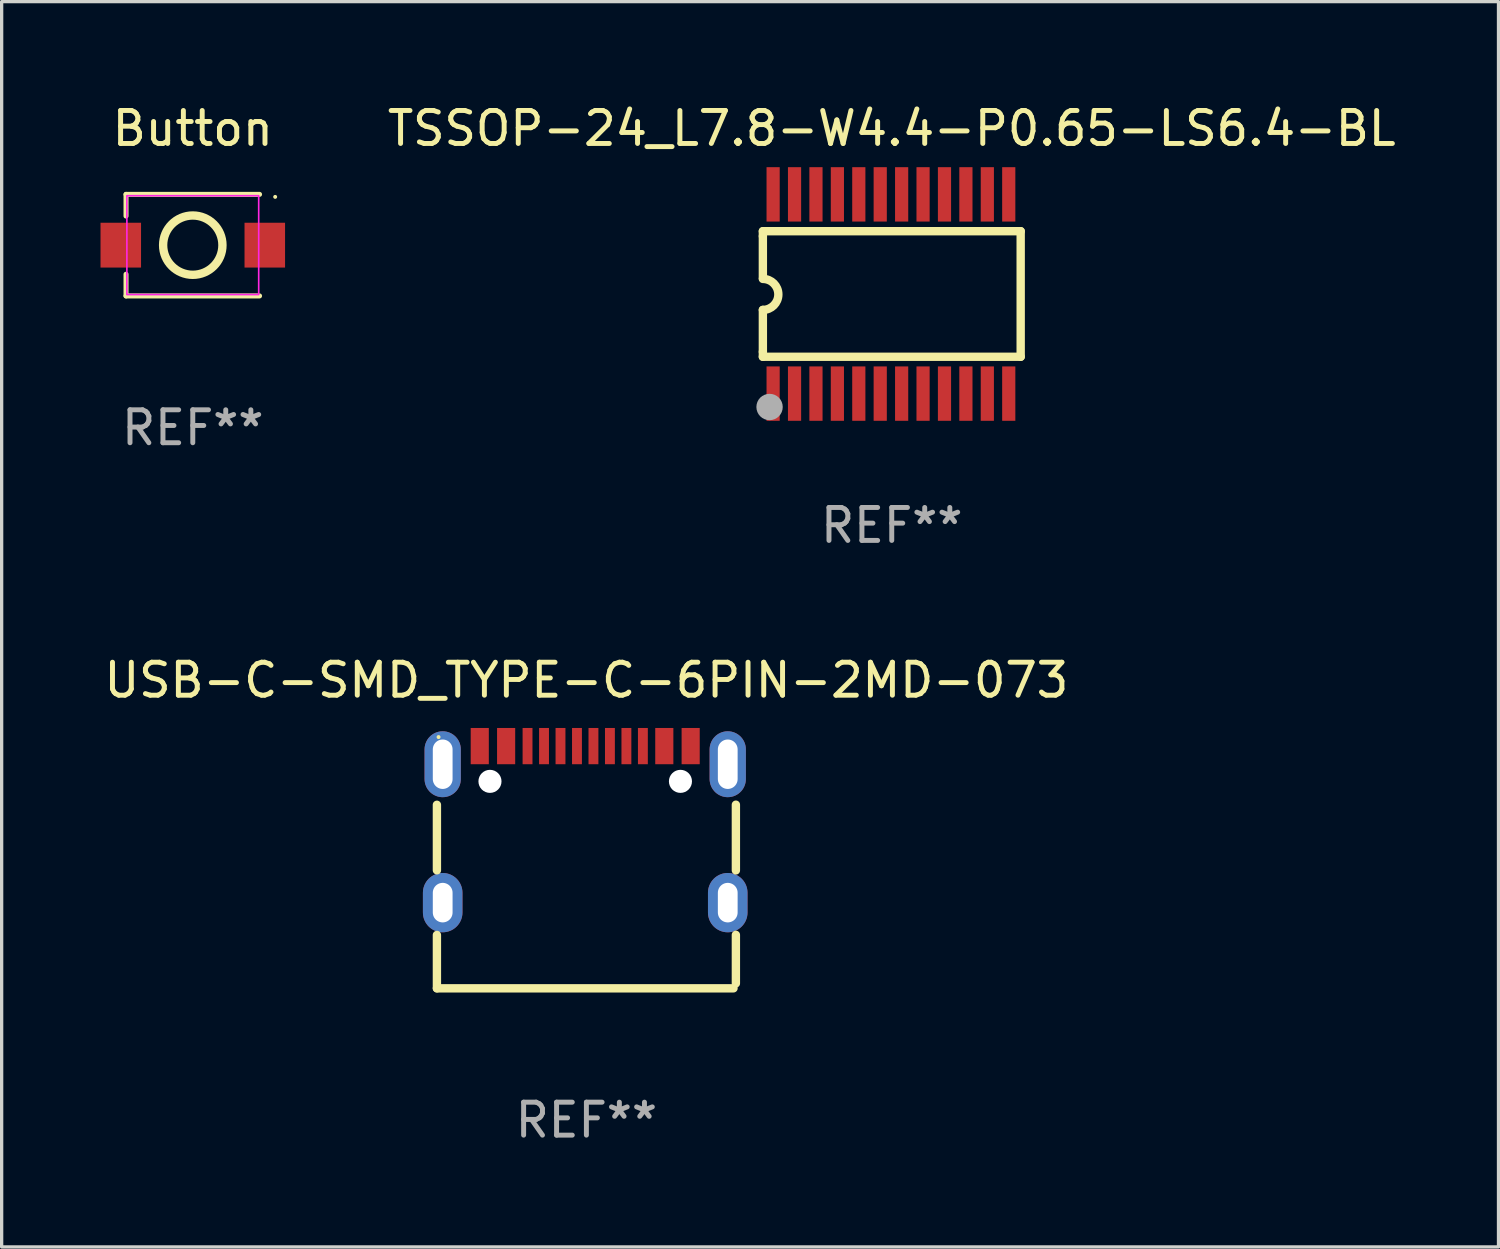
<source format=kicad_pcb>
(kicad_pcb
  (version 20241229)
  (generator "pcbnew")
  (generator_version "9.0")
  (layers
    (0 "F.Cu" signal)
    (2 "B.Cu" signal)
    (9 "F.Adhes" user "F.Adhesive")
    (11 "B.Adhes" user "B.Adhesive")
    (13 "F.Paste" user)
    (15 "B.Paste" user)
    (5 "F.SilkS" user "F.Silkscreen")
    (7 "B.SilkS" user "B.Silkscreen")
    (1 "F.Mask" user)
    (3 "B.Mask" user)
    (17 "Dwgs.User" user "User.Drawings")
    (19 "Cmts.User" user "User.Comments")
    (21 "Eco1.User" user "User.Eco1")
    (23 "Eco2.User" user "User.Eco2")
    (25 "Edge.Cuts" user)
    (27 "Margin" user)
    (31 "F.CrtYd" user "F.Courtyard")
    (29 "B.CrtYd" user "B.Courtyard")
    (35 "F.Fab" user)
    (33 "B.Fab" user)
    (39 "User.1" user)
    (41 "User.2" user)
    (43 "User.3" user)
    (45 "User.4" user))
  (footprint "Button"
    (layer "F.Cu")
    (at 2.8 4.389)
    (property "Reference" "Button" (at 0 -3.541 0) (layer "F.SilkS") (effects (font (size 1 1) (thickness 0.15))))
    (attr smd)
    (fp_line (start -2.026 -1.541) (end -2.026 -0.883) (stroke (width 0.152) (type solid)) (layer "F.SilkS"))
    (fp_line (start -2.026 1.541) (end -2.026 0.883) (stroke (width 0.152) (type solid)) (layer "F.SilkS"))
    (fp_line (start 2.026 -1.541) (end -2.026 -1.541) (stroke (width 0.152) (type solid)) (layer "F.SilkS"))
    (fp_line (start 2.026 1.541) (end -2.026 1.541) (stroke (width 0.152) (type solid)) (layer "F.SilkS"))
    (fp_circle (center -0.000025 -0.000025) (end 0.9 -0.000025) (stroke (width 0.254) (type solid)) (fill no) (layer "F.SilkS"))
    (fp_circle (center 2.5 -1.465) (end 2.53 -1.465) (stroke (width 0.06) (type solid)) (fill no) (layer "F.SilkS"))
    (fp_rect (start -2 -1.5) (end 2 1.5) (stroke (width 0.05) (type default)) (fill no) (layer "F.CrtYd"))
    (fp_text user "REF**" (at 0 5.541 0) (layer "F.Fab") (effects (font (size 1 1) (thickness 0.15))))
    (pad "1" smd rect (at -2.185 0) (size 1.23 1.36) (layers "F.Cu" "F.Mask" "F.Paste"))
    (pad "2" smd rect (at 2.185 0) (size 1.23 1.36) (layers "F.Cu" "F.Mask" "F.Paste")))
  (footprint "USB-C-SMD_TYPE-C-6PIN-2MD-073"
    (layer "F.Cu")
    (at 14.708 21.965)
    (property "Reference" "USB-C-SMD_TYPE-C-6PIN-2MD-073" (at 0.036 -4.375 0) (layer "F.SilkS") (effects (font (size 1 1) (thickness 0.15))))
    (attr through_hole)
    (fp_line (start -4.5 1.394) (end -4.5 -0.594) (stroke (width 0.254) (type solid)) (layer "F.SilkS"))
    (fp_line (start -4.5 4.975) (end -4.5 3.356) (stroke (width 0.254) (type solid)) (layer "F.SilkS"))
    (fp_line (start 4.5 4.975) (end -4.5 4.975) (stroke (width 0.254) (type solid)) (layer "F.SilkS"))
    (fp_line (start 4.572 1.397) (end 4.572 -0.597) (stroke (width 0.254) (type solid)) (layer "F.SilkS"))
    (fp_line (start 4.572 4.826) (end 4.572 3.353) (stroke (width 0.254) (type solid)) (layer "F.SilkS"))
    (fp_circle (center -4.45 -2.649) (end -4.42 -2.649) (stroke (width 0.06) (type solid)) (fill no) (layer "F.SilkS"))
    (fp_circle (center -2.89 -1.305) (end -2.765 -1.305) (stroke (width 0.25) (type solid)) (fill no) (layer "F.Fab"))
    (fp_circle (center 2.89 -1.305) (end 3.015 -1.305) (stroke (width 0.25) (type solid)) (fill no) (layer "F.Fab"))
    (fp_text user "REF**" (at 0.036 8.975 0) (layer "F.Fab") (effects (font (size 1 1) (thickness 0.15))))
    (pad "" np_thru_hole circle (at -2.89 -1.305) (size 0.7 0.7) (drill 0.7) (layers "*.Cu" "*.Mask"))
    (pad "" np_thru_hole circle (at 2.89 -1.305) (size 0.7 0.7) (drill 0.7) (layers "*.Cu" "*.Mask"))
    (pad "1" smd rect (at -3.2 -2.375) (size 0.55 1.1) (layers "F.Cu" "F.Mask" "F.Paste"))
    (pad "2" smd rect (at -2.4 -2.375) (size 0.55 1.1) (layers "F.Cu" "F.Mask" "F.Paste"))
    (pad "3" smd rect (at -1.75 -2.375) (size 0.3 1.1) (layers "F.Cu" "F.Mask" "F.Paste"))
    (pad "4" smd rect (at -1.25 -2.375) (size 0.3 1.1) (layers "F.Cu" "F.Mask" "F.Paste"))
    (pad "5" smd rect (at -0.75 -2.375) (size 0.3 1.1) (layers "F.Cu" "F.Mask" "F.Paste"))
    (pad "6" smd rect (at -0.25 -2.375) (size 0.3 1.1) (layers "F.Cu" "F.Mask" "F.Paste"))
    (pad "7" smd rect (at 0.25 -2.375) (size 0.3 1.1) (layers "F.Cu" "F.Mask" "F.Paste"))
    (pad "8" smd rect (at 0.75 -2.375) (size 0.3 1.1) (layers "F.Cu" "F.Mask" "F.Paste"))
    (pad "9" smd rect (at 1.25 -2.375) (size 0.3 1.1) (layers "F.Cu" "F.Mask" "F.Paste"))
    (pad "10" smd rect (at 1.75 -2.375) (size 0.3 1.1) (layers "F.Cu" "F.Mask" "F.Paste"))
    (pad "11" smd rect (at 2.4 -2.375) (size 0.55 1.1) (layers "F.Cu" "F.Mask" "F.Paste"))
    (pad "12" smd rect (at 3.2 -2.375) (size 0.55 1.1) (layers "F.Cu" "F.Mask" "F.Paste"))
    (pad "13" thru_hole oval (at -4.325 -1.825) (size 1.1 2) (drill oval 0.6 1.5) (layers "*.Cu" "*.Mask"))
    (pad "13" thru_hole oval (at -4.325 2.375) (size 1.2 1.8) (drill oval 0.6 1.2) (layers "*.Cu" "*.Mask"))
    (pad "14" thru_hole oval (at 4.325 -1.825) (size 1.1 2) (drill oval 0.6 1.5) (layers "*.Cu" "*.Mask"))
    (pad "14" thru_hole oval (at 4.325 2.375) (size 1.2 1.8) (drill oval 0.6 1.2) (layers "*.Cu" "*.Mask")))
  (footprint "TSSOP-24_L7.8-W4.4-P0.65-LS6.4-BL"
    (layer "F.Cu")
    (at 23.985 5.871)
    (property "Reference" "TSSOP-24_L7.8-W4.4-P0.65-LS6.4-BL" (at 0.025 -5.023 0) (layer "F.SilkS") (effects (font (size 1 1) (thickness 0.15))))
    (attr smd)
    (fp_line (start -3.886 -1.905) (end 3.937 -1.905) (stroke (width 0.254) (type solid)) (layer "F.SilkS"))
    (fp_line (start -3.886 -1.753) (end -3.886 -1.905) (stroke (width 0.254) (type solid)) (layer "F.SilkS"))
    (fp_line (start -3.886 -0.483) (end -3.886 -1.753) (stroke (width 0.254) (type solid)) (layer "F.SilkS"))
    (fp_line (start -3.886 1.753) (end -3.886 0.483) (stroke (width 0.254) (type solid)) (layer "F.SilkS"))
    (fp_line (start -3.886 1.753) (end -3.886 1.905) (stroke (width 0.254) (type solid)) (layer "F.SilkS"))
    (fp_line (start -3.886 1.905) (end 3.937 1.905) (stroke (width 0.254) (type solid)) (layer "F.SilkS"))
    (fp_line (start 3.937 -1.905) (end 3.937 1.905) (stroke (width 0.254) (type solid)) (layer "F.SilkS"))
    (fp_arc (start -3.886208 -0.457201) (mid -3.416307 0.0127) (end -3.886208 0.482601) (stroke (width 0.254001) (type solid)) (layer "F.SilkS"))
    (fp_circle (center -3.9 3.186) (end -3.87 3.186) (stroke (width 0.06) (type solid)) (fill no) (layer "F.SilkS"))
    (fp_circle (center -3.683 3.429) (end -3.483 3.429) (stroke (width 0.4) (type solid)) (fill no) (layer "F.Fab"))
    (fp_text user "REF**" (at 0.025 7.023 0) (layer "F.Fab") (effects (font (size 1 1) (thickness 0.15))))
    (pad "1" smd rect (at -3.575 3.023) (size 0.4 1.65) (layers "F.Cu" "F.Mask" "F.Paste"))
    (pad "2" smd rect (at -2.925 3.023) (size 0.4 1.65) (layers "F.Cu" "F.Mask" "F.Paste"))
    (pad "3" smd rect (at -2.275 3.023) (size 0.4 1.65) (layers "F.Cu" "F.Mask" "F.Paste"))
    (pad "4" smd rect (at -1.625 3.023) (size 0.4 1.65) (layers "F.Cu" "F.Mask" "F.Paste"))
    (pad "5" smd rect (at -0.975 3.023) (size 0.4 1.65) (layers "F.Cu" "F.Mask" "F.Paste"))
    (pad "6" smd rect (at -0.325 3.023) (size 0.4 1.65) (layers "F.Cu" "F.Mask" "F.Paste"))
    (pad "7" smd rect (at 0.325 3.023) (size 0.4 1.65) (layers "F.Cu" "F.Mask" "F.Paste"))
    (pad "8" smd rect (at 0.975 3.023) (size 0.4 1.65) (layers "F.Cu" "F.Mask" "F.Paste"))
    (pad "9" smd rect (at 1.625 3.023) (size 0.4 1.65) (layers "F.Cu" "F.Mask" "F.Paste"))
    (pad "10" smd rect (at 2.275 3.023) (size 0.4 1.65) (layers "F.Cu" "F.Mask" "F.Paste"))
    (pad "11" smd rect (at 2.925 3.023) (size 0.4 1.65) (layers "F.Cu" "F.Mask" "F.Paste"))
    (pad "12" smd rect (at 3.575 3.023) (size 0.4 1.65) (layers "F.Cu" "F.Mask" "F.Paste"))
    (pad "13" smd rect (at 3.575 -3.023) (size 0.4 1.65) (layers "F.Cu" "F.Mask" "F.Paste"))
    (pad "14" smd rect (at 2.925 -3.023) (size 0.4 1.65) (layers "F.Cu" "F.Mask" "F.Paste"))
    (pad "15" smd rect (at 2.275 -3.023) (size 0.4 1.65) (layers "F.Cu" "F.Mask" "F.Paste"))
    (pad "16" smd rect (at 1.625 -3.023) (size 0.4 1.65) (layers "F.Cu" "F.Mask" "F.Paste"))
    (pad "17" smd rect (at 0.975 -3.023) (size 0.4 1.65) (layers "F.Cu" "F.Mask" "F.Paste"))
    (pad "18" smd rect (at 0.325 -3.023) (size 0.4 1.65) (layers "F.Cu" "F.Mask" "F.Paste"))
    (pad "19" smd rect (at -0.325 -3.023) (size 0.4 1.65) (layers "F.Cu" "F.Mask" "F.Paste"))
    (pad "20" smd rect (at -0.975 -3.023) (size 0.4 1.65) (layers "F.Cu" "F.Mask" "F.Paste"))
    (pad "21" smd rect (at -1.625 -3.023) (size 0.4 1.65) (layers "F.Cu" "F.Mask" "F.Paste"))
    (pad "22" smd rect (at -2.275 -3.023) (size 0.4 1.65) (layers "F.Cu" "F.Mask" "F.Paste"))
    (pad "23" smd rect (at -2.925 -3.023) (size 0.4 1.65) (layers "F.Cu" "F.Mask" "F.Paste"))
    (pad "24" smd rect (at -3.575 -3.023) (size 0.4 1.65) (layers "F.Cu" "F.Mask" "F.Paste")))
  (gr_rect
    (start -3 -3)
    (end 42.421 34.788)
    (stroke (width 0.1) (type default))
    (fill no)
    (layer "Edge.Cuts")))
</source>
